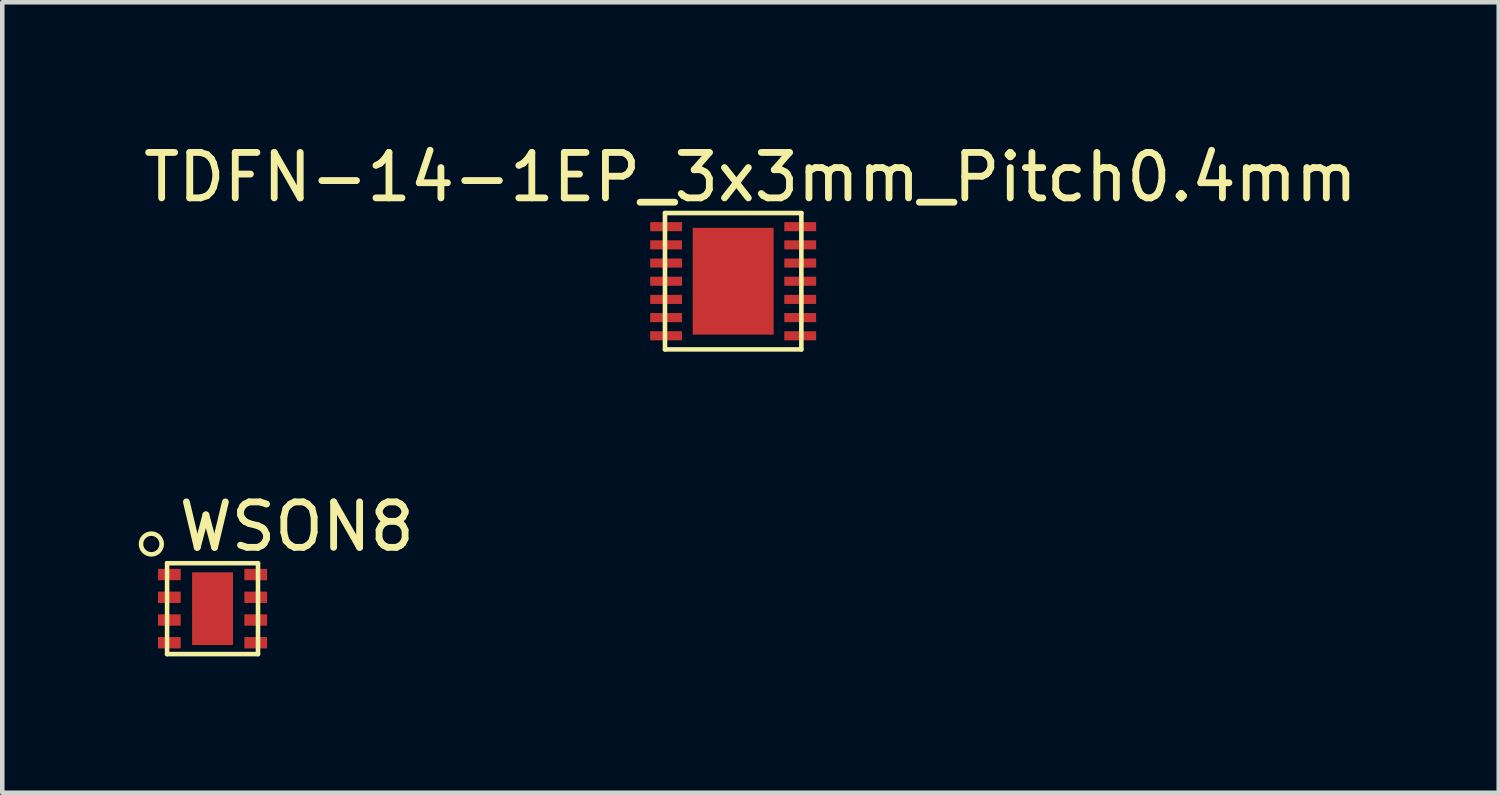
<source format=kicad_pcb>
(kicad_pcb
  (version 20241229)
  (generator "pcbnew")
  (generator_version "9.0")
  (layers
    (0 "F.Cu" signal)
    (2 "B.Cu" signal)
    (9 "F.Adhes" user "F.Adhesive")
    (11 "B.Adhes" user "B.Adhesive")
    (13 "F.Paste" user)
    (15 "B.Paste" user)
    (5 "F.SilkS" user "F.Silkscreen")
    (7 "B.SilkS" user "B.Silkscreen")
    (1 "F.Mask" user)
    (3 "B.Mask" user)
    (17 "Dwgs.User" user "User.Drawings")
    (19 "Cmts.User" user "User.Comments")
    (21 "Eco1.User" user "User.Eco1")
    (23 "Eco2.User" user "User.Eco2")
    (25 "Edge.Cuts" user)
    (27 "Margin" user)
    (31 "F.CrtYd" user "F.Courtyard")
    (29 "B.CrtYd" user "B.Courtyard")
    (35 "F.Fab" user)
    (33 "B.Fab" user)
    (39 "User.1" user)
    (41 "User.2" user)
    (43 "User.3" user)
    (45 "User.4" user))
  (footprint "TDFN-14-1EP_3x3mm_Pitch0.4mm"
    (layer "F.Cu")
    (at 13.077 3.136)
    (property "Reference" "TDFN-14-1EP_3x3mm_Pitch0.4mm" (at 0.381 -2.288 0) (layer "F.SilkS") (effects (font (size 1 1) (thickness 0.15))))
    (attr smd)
    (fp_line (start -1.5 -1.5) (end 1.5 -1.5) (stroke (width 0.1) (type solid)) (layer "F.SilkS"))
    (fp_line (start -1.5 1.5) (end -1.5 -1.5) (stroke (width 0.1) (type solid)) (layer "F.SilkS"))
    (fp_line (start 1.5 -1.5) (end 1.5 1.5) (stroke (width 0.1) (type solid)) (layer "F.SilkS"))
    (fp_line (start 1.5 1.5) (end -1.5 1.5) (stroke (width 0.1) (type solid)) (layer "F.SilkS"))
    (pad "1" smd rect (at -1.475 -1.2) (size 0.7 0.2) (layers "F.Cu" "F.Mask" "F.Paste"))
    (pad "2" smd rect (at -1.475 -0.8) (size 0.7 0.2) (layers "F.Cu" "F.Mask" "F.Paste"))
    (pad "3" smd rect (at -1.475 -0.4) (size 0.7 0.2) (layers "F.Cu" "F.Mask" "F.Paste"))
    (pad "4" smd rect (at -1.475 0) (size 0.7 0.2) (layers "F.Cu" "F.Mask" "F.Paste"))
    (pad "5" smd rect (at -1.475 0.4) (size 0.7 0.2) (layers "F.Cu" "F.Mask" "F.Paste"))
    (pad "6" smd rect (at -1.475 0.8) (size 0.7 0.2) (layers "F.Cu" "F.Mask" "F.Paste"))
    (pad "7" smd rect (at -1.475 1.2) (size 0.7 0.2) (layers "F.Cu" "F.Mask" "F.Paste"))
    (pad "8" smd rect (at 1.475 1.2) (size 0.7 0.2) (layers "F.Cu" "F.Mask" "F.Paste"))
    (pad "9" smd rect (at 1.475 0.8) (size 0.7 0.2) (layers "F.Cu" "F.Mask" "F.Paste"))
    (pad "10" smd rect (at 1.475 0.4) (size 0.7 0.2) (layers "F.Cu" "F.Mask" "F.Paste"))
    (pad "11" smd rect (at 1.475 0) (size 0.7 0.2) (layers "F.Cu" "F.Mask" "F.Paste"))
    (pad "12" smd rect (at 1.475 -0.4) (size 0.7 0.2) (layers "F.Cu" "F.Mask" "F.Paste"))
    (pad "13" smd rect (at 1.475 -0.8) (size 0.7 0.2) (layers "F.Cu" "F.Mask" "F.Paste"))
    (pad "14" smd rect (at 1.475 -1.2) (size 0.7 0.2) (layers "F.Cu" "F.Mask" "F.Paste"))
    (pad "15" smd rect (at 0 0) (size 1.78 2.35) (layers "F.Cu" "F.Mask" "F.Paste")))
  (footprint "WSON8"
    (layer "F.Cu")
    (at 1.625 10.338)
    (property "Reference" "WSON8" (at 1.854 -1.803 0) (layer "F.SilkS") (effects (font (size 1 1) (thickness 0.15))))
    (attr through_hole)
    (fp_line (start -1 -1) (end 1 -1) (stroke (width 0.1) (type solid)) (layer "F.SilkS"))
    (fp_line (start -1 1) (end -1 -1) (stroke (width 0.1) (type solid)) (layer "F.SilkS"))
    (fp_line (start 1 -1) (end 1 1) (stroke (width 0.1) (type solid)) (layer "F.SilkS"))
    (fp_line (start 1 1) (end -1 1) (stroke (width 0.1) (type solid)) (layer "F.SilkS"))
    (fp_circle (center -1.346 -1.422) (end -1.118 -1.422) (stroke (width 0.1) (type solid)) (fill no) (layer "F.SilkS"))
    (pad "1" smd rect (at -0.95 -0.75) (size 0.5 0.25) (layers "F.Cu" "F.Mask" "F.Paste"))
    (pad "2" smd rect (at -0.95 -0.25) (size 0.5 0.25) (layers "F.Cu" "F.Mask" "F.Paste"))
    (pad "3" smd rect (at -0.95 0.25) (size 0.5 0.25) (layers "F.Cu" "F.Mask" "F.Paste"))
    (pad "4" smd rect (at -0.95 0.75) (size 0.5 0.25) (layers "F.Cu" "F.Mask" "F.Paste"))
    (pad "5" smd rect (at 0.95 0.75) (size 0.5 0.25) (layers "F.Cu" "F.Mask" "F.Paste"))
    (pad "6" smd rect (at 0.95 0.25) (size 0.5 0.25) (layers "F.Cu" "F.Mask" "F.Paste"))
    (pad "7" smd rect (at 0.95 -0.25) (size 0.5 0.25) (layers "F.Cu" "F.Mask" "F.Paste"))
    (pad "8" smd rect (at 0.95 -0.75) (size 0.5 0.25) (layers "F.Cu" "F.Mask" "F.Paste"))
    (pad "9" smd rect (at 0 0) (size 0.9 1.6) (layers "F.Cu" "F.Mask" "F.Paste")))
  (gr_rect
    (start -3 -3)
    (end 29.917 14.388)
    (stroke (width 0.1) (type default))
    (fill no)
    (layer "Edge.Cuts")))
</source>
